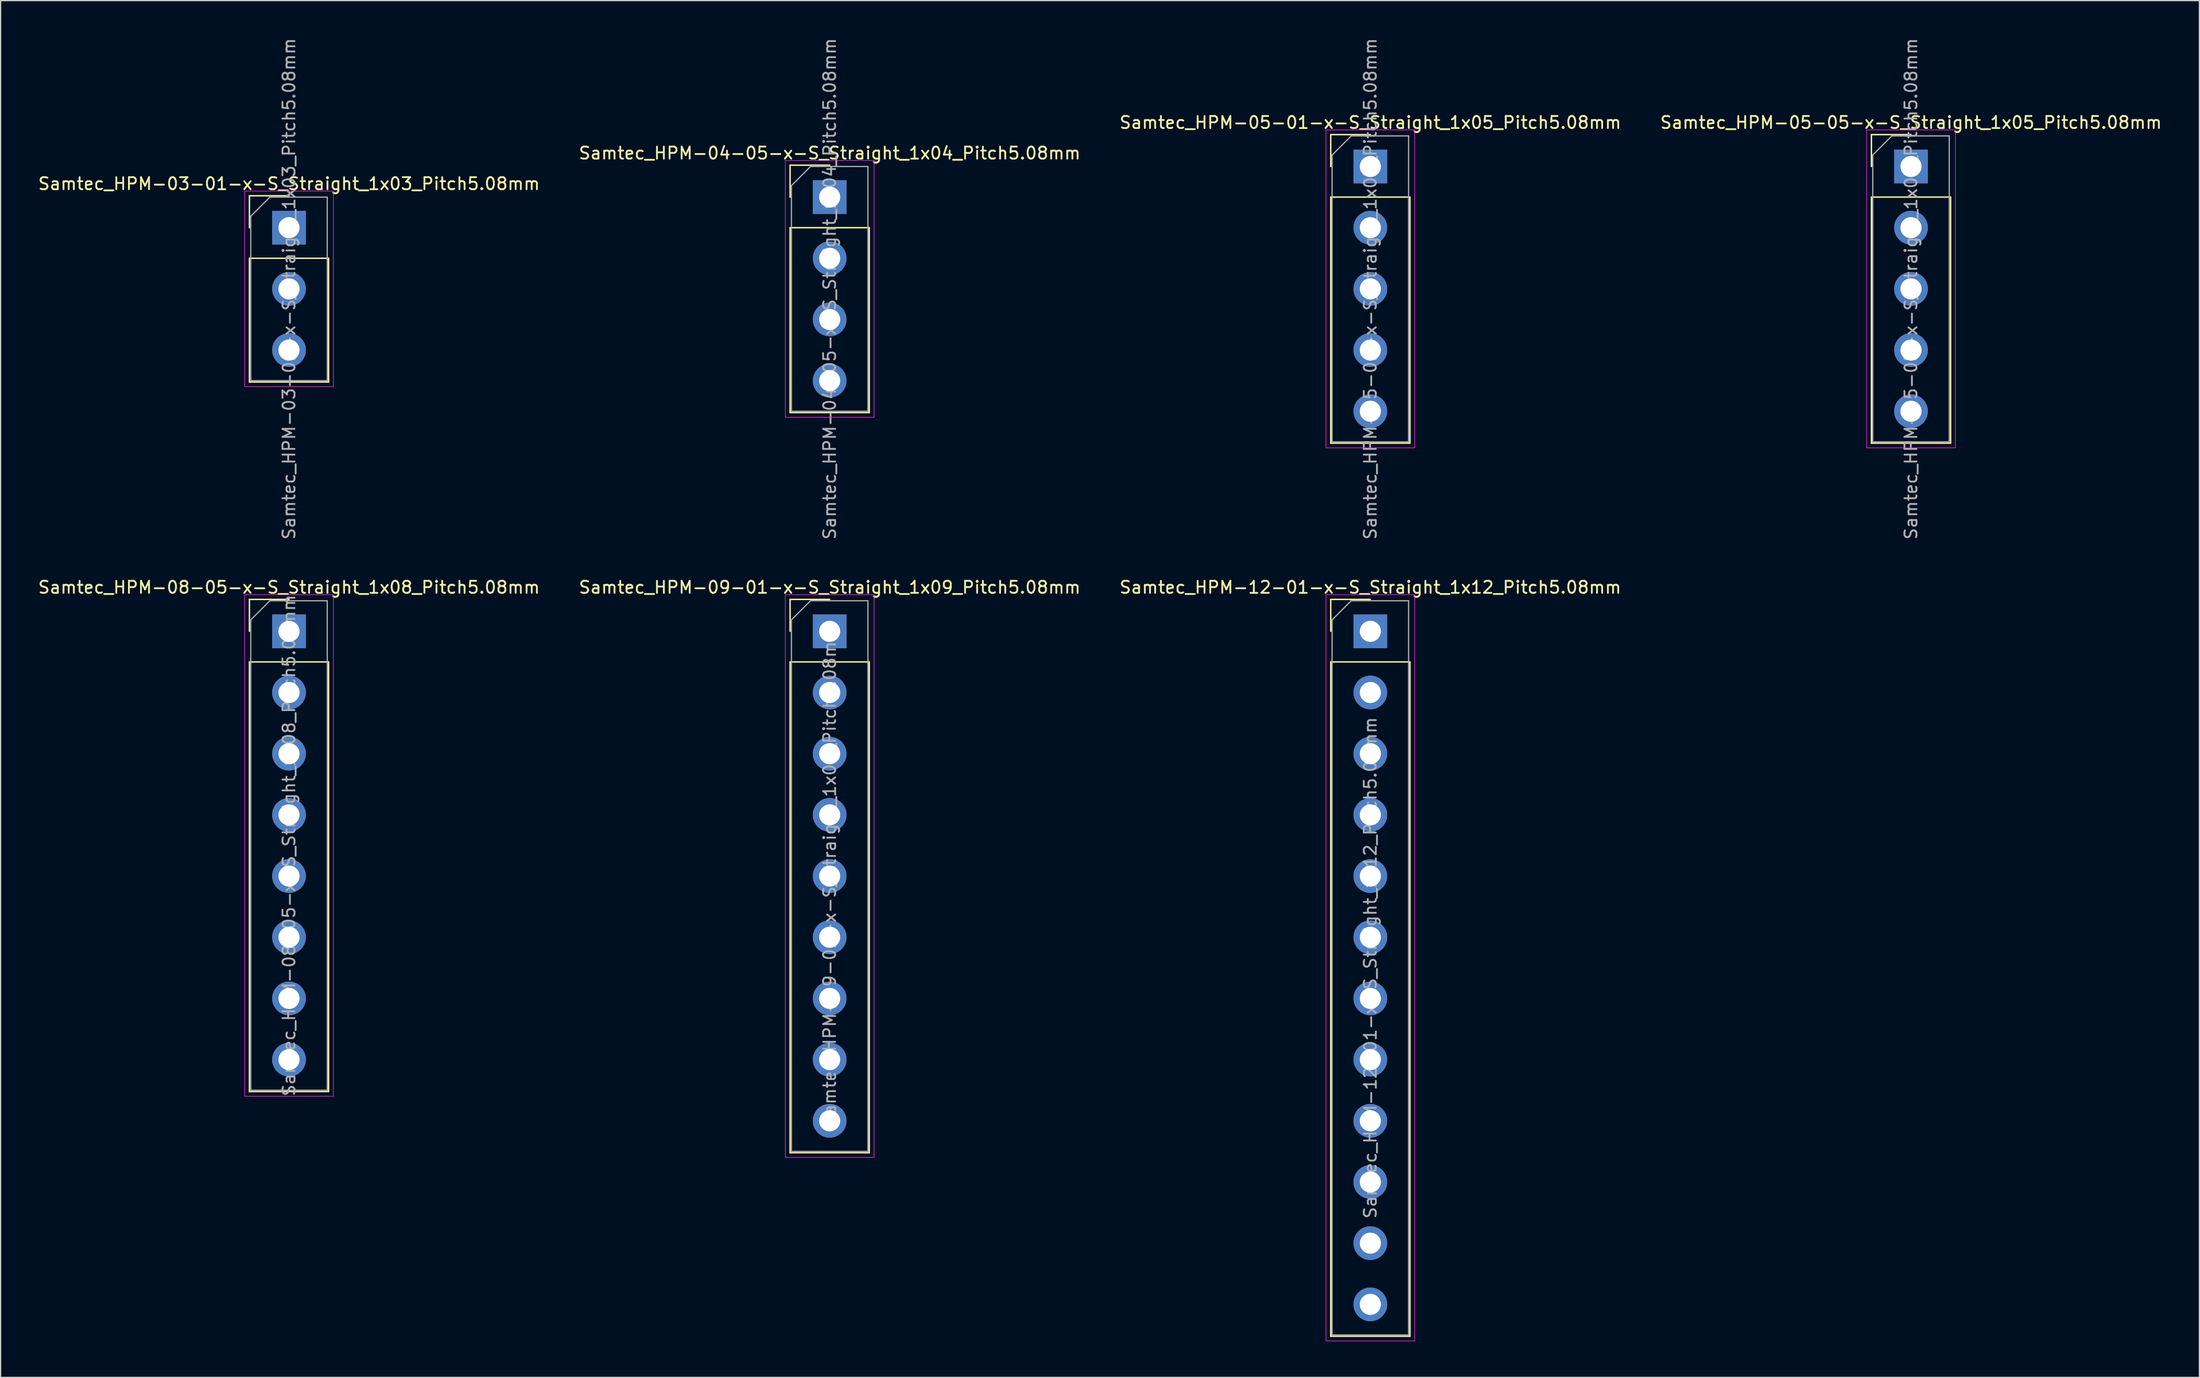
<source format=kicad_pcb>
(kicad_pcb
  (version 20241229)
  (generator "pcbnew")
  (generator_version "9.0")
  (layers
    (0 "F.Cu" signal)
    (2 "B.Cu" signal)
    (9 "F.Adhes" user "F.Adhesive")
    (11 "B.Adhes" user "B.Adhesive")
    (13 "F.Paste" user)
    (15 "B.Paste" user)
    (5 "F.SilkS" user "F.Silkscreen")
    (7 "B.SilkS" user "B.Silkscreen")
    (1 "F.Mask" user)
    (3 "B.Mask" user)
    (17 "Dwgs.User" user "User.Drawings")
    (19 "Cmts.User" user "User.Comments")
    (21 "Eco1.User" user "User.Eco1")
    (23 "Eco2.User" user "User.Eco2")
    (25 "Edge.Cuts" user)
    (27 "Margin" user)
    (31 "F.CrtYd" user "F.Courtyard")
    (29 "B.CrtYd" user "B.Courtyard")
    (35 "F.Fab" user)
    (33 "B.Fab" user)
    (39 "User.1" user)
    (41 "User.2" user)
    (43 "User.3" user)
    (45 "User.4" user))
  (footprint "Samtec_HPM-08-05-x-S_Straight_1x08_Pitch5.08mm"
    (layer "F.Cu")
    (at 20.935 49.367)
    (property "Reference" "Samtec_HPM-08-05-x-S_Straight_1x08_Pitch5.08mm" (at 0 -3.65 0) (layer "F.SilkS") (effects (font (size 1 1) (thickness 0.15))))
    (attr through_hole)
    (fp_line (start -3.285 -2.65) (end 0 -2.65) (stroke (width 0.12) (type solid)) (layer "F.SilkS"))
    (fp_line (start -3.285 0) (end -3.285 -2.65) (stroke (width 0.12) (type solid)) (layer "F.SilkS"))
    (fp_line (start -3.285 2.54) (end -3.285 38.21) (stroke (width 0.12) (type solid)) (layer "F.SilkS"))
    (fp_line (start -3.285 2.54) (end 3.285 2.54) (stroke (width 0.12) (type solid)) (layer "F.SilkS"))
    (fp_line (start -3.285 38.21) (end 3.285 38.21) (stroke (width 0.12) (type solid)) (layer "F.SilkS"))
    (fp_line (start 3.285 2.54) (end 3.285 38.21) (stroke (width 0.12) (type solid)) (layer "F.SilkS"))
    (fp_line (start -3.68 -3.04) (end -3.68 38.6) (stroke (width 0.05) (type solid)) (layer "F.CrtYd"))
    (fp_line (start -3.68 38.6) (end 3.68 38.6) (stroke (width 0.05) (type solid)) (layer "F.CrtYd"))
    (fp_line (start 3.68 -3.04) (end -3.68 -3.04) (stroke (width 0.05) (type solid)) (layer "F.CrtYd"))
    (fp_line (start 3.68 38.6) (end 3.68 -3.04) (stroke (width 0.05) (type solid)) (layer "F.CrtYd"))
    (fp_line (start -3.175 -0.953) (end -1.587 -2.54) (stroke (width 0.1) (type solid)) (layer "F.Fab"))
    (fp_line (start -3.175 38.1) (end -3.175 -0.953) (stroke (width 0.1) (type solid)) (layer "F.Fab"))
    (fp_line (start -1.587 -2.54) (end 3.175 -2.54) (stroke (width 0.1) (type solid)) (layer "F.Fab"))
    (fp_line (start 3.175 -2.54) (end 3.175 38.1) (stroke (width 0.1) (type solid)) (layer "F.Fab"))
    (fp_line (start 3.175 38.1) (end -3.175 38.1) (stroke (width 0.1) (type solid)) (layer "F.Fab"))
    (fp_text user "${REFERENCE}" (at 0 17.78 90) (layer "F.Fab") (effects (font (size 1 1) (thickness 0.15))))
    (pad "1" thru_hole rect (at 0 0) (size 2.8 2.8) (drill 1.75) (layers "*.Cu" "*.Mask"))
    (pad "2" thru_hole circle (at 0 5.08) (size 2.8 2.8) (drill 1.75) (layers "*.Cu" "*.Mask"))
    (pad "3" thru_hole circle (at 0 10.16) (size 2.8 2.8) (drill 1.75) (layers "*.Cu" "*.Mask"))
    (pad "4" thru_hole circle (at 0 15.24) (size 2.8 2.8) (drill 1.75) (layers "*.Cu" "*.Mask"))
    (pad "5" thru_hole circle (at 0 20.32) (size 2.8 2.8) (drill 1.75) (layers "*.Cu" "*.Mask"))
    (pad "6" thru_hole circle (at 0 25.4) (size 2.8 2.8) (drill 1.75) (layers "*.Cu" "*.Mask"))
    (pad "7" thru_hole circle (at 0 30.48) (size 2.8 2.8) (drill 1.75) (layers "*.Cu" "*.Mask"))
    (pad "8" thru_hole circle (at 0 35.56) (size 2.8 2.8) (drill 1.75) (layers "*.Cu" "*.Mask")))
  (footprint "Samtec_HPM-05-01-x-S_Straight_1x05_Pitch5.08mm"
    (layer "F.Cu")
    (at 110.673 10.775)
    (property "Reference" "Samtec_HPM-05-01-x-S_Straight_1x05_Pitch5.08mm" (at 0 -3.65 0) (layer "F.SilkS") (effects (font (size 1 1) (thickness 0.15))))
    (attr through_hole)
    (fp_line (start -3.285 -2.65) (end 0 -2.65) (stroke (width 0.12) (type solid)) (layer "F.SilkS"))
    (fp_line (start -3.285 0) (end -3.285 -2.65) (stroke (width 0.12) (type solid)) (layer "F.SilkS"))
    (fp_line (start -3.285 2.54) (end -3.285 22.97) (stroke (width 0.12) (type solid)) (layer "F.SilkS"))
    (fp_line (start -3.285 2.54) (end 3.285 2.54) (stroke (width 0.12) (type solid)) (layer "F.SilkS"))
    (fp_line (start -3.285 22.97) (end 3.285 22.97) (stroke (width 0.12) (type solid)) (layer "F.SilkS"))
    (fp_line (start 3.285 2.54) (end 3.285 22.97) (stroke (width 0.12) (type solid)) (layer "F.SilkS"))
    (fp_line (start -3.68 -3.04) (end -3.68 23.36) (stroke (width 0.05) (type solid)) (layer "F.CrtYd"))
    (fp_line (start -3.68 23.36) (end 3.68 23.36) (stroke (width 0.05) (type solid)) (layer "F.CrtYd"))
    (fp_line (start 3.68 -3.04) (end -3.68 -3.04) (stroke (width 0.05) (type solid)) (layer "F.CrtYd"))
    (fp_line (start 3.68 23.36) (end 3.68 -3.04) (stroke (width 0.05) (type solid)) (layer "F.CrtYd"))
    (fp_line (start -3.175 -0.953) (end -1.587 -2.54) (stroke (width 0.1) (type solid)) (layer "F.Fab"))
    (fp_line (start -3.175 22.86) (end -3.175 -0.953) (stroke (width 0.1) (type solid)) (layer "F.Fab"))
    (fp_line (start -1.587 -2.54) (end 3.175 -2.54) (stroke (width 0.1) (type solid)) (layer "F.Fab"))
    (fp_line (start 3.175 -2.54) (end 3.175 22.86) (stroke (width 0.1) (type solid)) (layer "F.Fab"))
    (fp_line (start 3.175 22.86) (end -3.175 22.86) (stroke (width 0.1) (type solid)) (layer "F.Fab"))
    (fp_text user "${REFERENCE}" (at 0 10.16 90) (layer "F.Fab") (effects (font (size 1 1) (thickness 0.15))))
    (pad "1" thru_hole rect (at 0 0) (size 2.8 2.8) (drill 1.75) (layers "*.Cu" "*.Mask"))
    (pad "2" thru_hole circle (at 0 5.08) (size 2.8 2.8) (drill 1.75) (layers "*.Cu" "*.Mask"))
    (pad "3" thru_hole circle (at 0 10.16) (size 2.8 2.8) (drill 1.75) (layers "*.Cu" "*.Mask"))
    (pad "4" thru_hole circle (at 0 15.24) (size 2.8 2.8) (drill 1.75) (layers "*.Cu" "*.Mask"))
    (pad "5" thru_hole circle (at 0 20.32) (size 2.8 2.8) (drill 1.75) (layers "*.Cu" "*.Mask")))
  (footprint "Samtec_HPM-04-05-x-S_Straight_1x04_Pitch5.08mm"
    (layer "F.Cu")
    (at 65.804 13.315)
    (property "Reference" "Samtec_HPM-04-05-x-S_Straight_1x04_Pitch5.08mm" (at 0 -3.65 0) (layer "F.SilkS") (effects (font (size 1 1) (thickness 0.15))))
    (attr through_hole)
    (fp_line (start -3.285 -2.65) (end 0 -2.65) (stroke (width 0.12) (type solid)) (layer "F.SilkS"))
    (fp_line (start -3.285 0) (end -3.285 -2.65) (stroke (width 0.12) (type solid)) (layer "F.SilkS"))
    (fp_line (start -3.285 2.54) (end -3.285 17.89) (stroke (width 0.12) (type solid)) (layer "F.SilkS"))
    (fp_line (start -3.285 2.54) (end 3.285 2.54) (stroke (width 0.12) (type solid)) (layer "F.SilkS"))
    (fp_line (start -3.285 17.89) (end 3.285 17.89) (stroke (width 0.12) (type solid)) (layer "F.SilkS"))
    (fp_line (start 3.285 2.54) (end 3.285 17.89) (stroke (width 0.12) (type solid)) (layer "F.SilkS"))
    (fp_line (start -3.68 -3.04) (end -3.68 18.28) (stroke (width 0.05) (type solid)) (layer "F.CrtYd"))
    (fp_line (start -3.68 18.28) (end 3.68 18.28) (stroke (width 0.05) (type solid)) (layer "F.CrtYd"))
    (fp_line (start 3.68 -3.04) (end -3.68 -3.04) (stroke (width 0.05) (type solid)) (layer "F.CrtYd"))
    (fp_line (start 3.68 18.28) (end 3.68 -3.04) (stroke (width 0.05) (type solid)) (layer "F.CrtYd"))
    (fp_line (start -3.175 -0.953) (end -1.587 -2.54) (stroke (width 0.1) (type solid)) (layer "F.Fab"))
    (fp_line (start -3.175 17.78) (end -3.175 -0.953) (stroke (width 0.1) (type solid)) (layer "F.Fab"))
    (fp_line (start -1.587 -2.54) (end 3.175 -2.54) (stroke (width 0.1) (type solid)) (layer "F.Fab"))
    (fp_line (start 3.175 -2.54) (end 3.175 17.78) (stroke (width 0.1) (type solid)) (layer "F.Fab"))
    (fp_line (start 3.175 17.78) (end -3.175 17.78) (stroke (width 0.1) (type solid)) (layer "F.Fab"))
    (fp_text user "${REFERENCE}" (at 0 7.62 90) (layer "F.Fab") (effects (font (size 1 1) (thickness 0.15))))
    (pad "1" thru_hole rect (at 0 0) (size 2.8 2.8) (drill 1.75) (layers "*.Cu" "*.Mask"))
    (pad "2" thru_hole circle (at 0 5.08) (size 2.8 2.8) (drill 1.75) (layers "*.Cu" "*.Mask"))
    (pad "3" thru_hole circle (at 0 10.16) (size 2.8 2.8) (drill 1.75) (layers "*.Cu" "*.Mask"))
    (pad "4" thru_hole circle (at 0 15.24) (size 2.8 2.8) (drill 1.75) (layers "*.Cu" "*.Mask")))
  (footprint "Samtec_HPM-12-01-x-S_Straight_1x12_Pitch5.08mm"
    (layer "F.Cu")
    (at 110.673 49.367)
    (property "Reference" "Samtec_HPM-12-01-x-S_Straight_1x12_Pitch5.08mm" (at 0 -3.65 0) (layer "F.SilkS") (effects (font (size 1 1) (thickness 0.15))))
    (attr through_hole)
    (fp_line (start -3.285 -2.65) (end 0 -2.65) (stroke (width 0.12) (type solid)) (layer "F.SilkS"))
    (fp_line (start -3.285 0) (end -3.285 -2.65) (stroke (width 0.12) (type solid)) (layer "F.SilkS"))
    (fp_line (start -3.285 2.54) (end -3.285 58.53) (stroke (width 0.12) (type solid)) (layer "F.SilkS"))
    (fp_line (start -3.285 2.54) (end 3.285 2.54) (stroke (width 0.12) (type solid)) (layer "F.SilkS"))
    (fp_line (start -3.285 58.53) (end 3.285 58.53) (stroke (width 0.12) (type solid)) (layer "F.SilkS"))
    (fp_line (start 3.285 2.54) (end 3.285 58.53) (stroke (width 0.12) (type solid)) (layer "F.SilkS"))
    (fp_line (start -3.68 -3.04) (end -3.68 58.92) (stroke (width 0.05) (type solid)) (layer "F.CrtYd"))
    (fp_line (start -3.68 58.92) (end 3.68 58.92) (stroke (width 0.05) (type solid)) (layer "F.CrtYd"))
    (fp_line (start 3.68 -3.04) (end -3.68 -3.04) (stroke (width 0.05) (type solid)) (layer "F.CrtYd"))
    (fp_line (start 3.68 58.92) (end 3.68 -3.04) (stroke (width 0.05) (type solid)) (layer "F.CrtYd"))
    (fp_line (start -3.175 -0.953) (end -1.587 -2.54) (stroke (width 0.1) (type solid)) (layer "F.Fab"))
    (fp_line (start -3.175 58.42) (end -3.175 -0.953) (stroke (width 0.1) (type solid)) (layer "F.Fab"))
    (fp_line (start -1.587 -2.54) (end 3.175 -2.54) (stroke (width 0.1) (type solid)) (layer "F.Fab"))
    (fp_line (start 3.175 -2.54) (end 3.175 58.42) (stroke (width 0.1) (type solid)) (layer "F.Fab"))
    (fp_line (start 3.175 58.42) (end -3.175 58.42) (stroke (width 0.1) (type solid)) (layer "F.Fab"))
    (fp_text user "${REFERENCE}" (at 0 27.94 90) (layer "F.Fab") (effects (font (size 1 1) (thickness 0.15))))
    (pad "1" thru_hole rect (at 0 0) (size 2.8 2.8) (drill 1.75) (layers "*.Cu" "*.Mask"))
    (pad "2" thru_hole circle (at 0 5.08) (size 2.8 2.8) (drill 1.75) (layers "*.Cu" "*.Mask"))
    (pad "3" thru_hole circle (at 0 10.16) (size 2.8 2.8) (drill 1.75) (layers "*.Cu" "*.Mask"))
    (pad "4" thru_hole circle (at 0 15.24) (size 2.8 2.8) (drill 1.75) (layers "*.Cu" "*.Mask"))
    (pad "5" thru_hole circle (at 0 20.32) (size 2.8 2.8) (drill 1.75) (layers "*.Cu" "*.Mask"))
    (pad "6" thru_hole circle (at 0 25.4) (size 2.8 2.8) (drill 1.75) (layers "*.Cu" "*.Mask"))
    (pad "7" thru_hole circle (at 0 30.48) (size 2.8 2.8) (drill 1.75) (layers "*.Cu" "*.Mask"))
    (pad "8" thru_hole circle (at 0 35.56) (size 2.8 2.8) (drill 1.75) (layers "*.Cu" "*.Mask"))
    (pad "9" thru_hole circle (at 0 40.64) (size 2.8 2.8) (drill 1.75) (layers "*.Cu" "*.Mask"))
    (pad "10" thru_hole circle (at 0 45.72) (size 2.8 2.8) (drill 1.75) (layers "*.Cu" "*.Mask"))
    (pad "11" thru_hole circle (at 0 50.8) (size 2.8 2.8) (drill 1.75) (layers "*.Cu" "*.Mask"))
    (pad "12" thru_hole circle (at 0 55.88) (size 2.8 2.8) (drill 1.75) (layers "*.Cu" "*.Mask")))
  (footprint "Samtec_HPM-09-01-x-S_Straight_1x09_Pitch5.08mm"
    (layer "F.Cu")
    (at 65.804 49.367)
    (property "Reference" "Samtec_HPM-09-01-x-S_Straight_1x09_Pitch5.08mm" (at 0 -3.65 0) (layer "F.SilkS") (effects (font (size 1 1) (thickness 0.15))))
    (attr through_hole)
    (fp_line (start -3.285 -2.65) (end 0 -2.65) (stroke (width 0.12) (type solid)) (layer "F.SilkS"))
    (fp_line (start -3.285 0) (end -3.285 -2.65) (stroke (width 0.12) (type solid)) (layer "F.SilkS"))
    (fp_line (start -3.285 2.54) (end -3.285 43.29) (stroke (width 0.12) (type solid)) (layer "F.SilkS"))
    (fp_line (start -3.285 2.54) (end 3.285 2.54) (stroke (width 0.12) (type solid)) (layer "F.SilkS"))
    (fp_line (start -3.285 43.29) (end 3.285 43.29) (stroke (width 0.12) (type solid)) (layer "F.SilkS"))
    (fp_line (start 3.285 2.54) (end 3.285 43.29) (stroke (width 0.12) (type solid)) (layer "F.SilkS"))
    (fp_line (start -3.68 -3.04) (end -3.68 43.68) (stroke (width 0.05) (type solid)) (layer "F.CrtYd"))
    (fp_line (start -3.68 43.68) (end 3.68 43.68) (stroke (width 0.05) (type solid)) (layer "F.CrtYd"))
    (fp_line (start 3.68 -3.04) (end -3.68 -3.04) (stroke (width 0.05) (type solid)) (layer "F.CrtYd"))
    (fp_line (start 3.68 43.68) (end 3.68 -3.04) (stroke (width 0.05) (type solid)) (layer "F.CrtYd"))
    (fp_line (start -3.175 -0.953) (end -1.587 -2.54) (stroke (width 0.1) (type solid)) (layer "F.Fab"))
    (fp_line (start -3.175 43.18) (end -3.175 -0.953) (stroke (width 0.1) (type solid)) (layer "F.Fab"))
    (fp_line (start -1.587 -2.54) (end 3.175 -2.54) (stroke (width 0.1) (type solid)) (layer "F.Fab"))
    (fp_line (start 3.175 -2.54) (end 3.175 43.18) (stroke (width 0.1) (type solid)) (layer "F.Fab"))
    (fp_line (start 3.175 43.18) (end -3.175 43.18) (stroke (width 0.1) (type solid)) (layer "F.Fab"))
    (fp_text user "${REFERENCE}" (at 0 20.32 90) (layer "F.Fab") (effects (font (size 1 1) (thickness 0.15))))
    (pad "1" thru_hole rect (at 0 0) (size 2.8 2.8) (drill 1.75) (layers "*.Cu" "*.Mask"))
    (pad "2" thru_hole circle (at 0 5.08) (size 2.8 2.8) (drill 1.75) (layers "*.Cu" "*.Mask"))
    (pad "3" thru_hole circle (at 0 10.16) (size 2.8 2.8) (drill 1.75) (layers "*.Cu" "*.Mask"))
    (pad "4" thru_hole circle (at 0 15.24) (size 2.8 2.8) (drill 1.75) (layers "*.Cu" "*.Mask"))
    (pad "5" thru_hole circle (at 0 20.32) (size 2.8 2.8) (drill 1.75) (layers "*.Cu" "*.Mask"))
    (pad "6" thru_hole circle (at 0 25.4) (size 2.8 2.8) (drill 1.75) (layers "*.Cu" "*.Mask"))
    (pad "7" thru_hole circle (at 0 30.48) (size 2.8 2.8) (drill 1.75) (layers "*.Cu" "*.Mask"))
    (pad "8" thru_hole circle (at 0 35.56) (size 2.8 2.8) (drill 1.75) (layers "*.Cu" "*.Mask"))
    (pad "9" thru_hole circle (at 0 40.64) (size 2.8 2.8) (drill 1.75) (layers "*.Cu" "*.Mask")))
  (footprint "Samtec_HPM-03-01-x-S_Straight_1x03_Pitch5.08mm"
    (layer "F.Cu")
    (at 20.935 15.855)
    (property "Reference" "Samtec_HPM-03-01-x-S_Straight_1x03_Pitch5.08mm" (at 0 -3.65 0) (layer "F.SilkS") (effects (font (size 1 1) (thickness 0.15))))
    (attr through_hole)
    (fp_line (start -3.285 -2.65) (end 0 -2.65) (stroke (width 0.12) (type solid)) (layer "F.SilkS"))
    (fp_line (start -3.285 0) (end -3.285 -2.65) (stroke (width 0.12) (type solid)) (layer "F.SilkS"))
    (fp_line (start -3.285 2.54) (end -3.285 12.81) (stroke (width 0.12) (type solid)) (layer "F.SilkS"))
    (fp_line (start -3.285 2.54) (end 3.285 2.54) (stroke (width 0.12) (type solid)) (layer "F.SilkS"))
    (fp_line (start -3.285 12.81) (end 3.285 12.81) (stroke (width 0.12) (type solid)) (layer "F.SilkS"))
    (fp_line (start 3.285 2.54) (end 3.285 12.81) (stroke (width 0.12) (type solid)) (layer "F.SilkS"))
    (fp_line (start -3.68 -3.04) (end -3.68 13.2) (stroke (width 0.05) (type solid)) (layer "F.CrtYd"))
    (fp_line (start -3.68 13.2) (end 3.68 13.2) (stroke (width 0.05) (type solid)) (layer "F.CrtYd"))
    (fp_line (start 3.68 -3.04) (end -3.68 -3.04) (stroke (width 0.05) (type solid)) (layer "F.CrtYd"))
    (fp_line (start 3.68 13.2) (end 3.68 -3.04) (stroke (width 0.05) (type solid)) (layer "F.CrtYd"))
    (fp_line (start -3.175 -0.953) (end -1.587 -2.54) (stroke (width 0.1) (type solid)) (layer "F.Fab"))
    (fp_line (start -3.175 12.7) (end -3.175 -0.953) (stroke (width 0.1) (type solid)) (layer "F.Fab"))
    (fp_line (start -1.587 -2.54) (end 3.175 -2.54) (stroke (width 0.1) (type solid)) (layer "F.Fab"))
    (fp_line (start 3.175 -2.54) (end 3.175 12.7) (stroke (width 0.1) (type solid)) (layer "F.Fab"))
    (fp_line (start 3.175 12.7) (end -3.175 12.7) (stroke (width 0.1) (type solid)) (layer "F.Fab"))
    (fp_text user "${REFERENCE}" (at 0 5.08 90) (layer "F.Fab") (effects (font (size 1 1) (thickness 0.15))))
    (pad "1" thru_hole rect (at 0 0) (size 2.8 2.8) (drill 1.75) (layers "*.Cu" "*.Mask"))
    (pad "2" thru_hole circle (at 0 5.08) (size 2.8 2.8) (drill 1.75) (layers "*.Cu" "*.Mask"))
    (pad "3" thru_hole circle (at 0 10.16) (size 2.8 2.8) (drill 1.75) (layers "*.Cu" "*.Mask")))
  (footprint "Samtec_HPM-05-05-x-S_Straight_1x05_Pitch5.08mm"
    (layer "F.Cu")
    (at 155.542 10.775)
    (property "Reference" "Samtec_HPM-05-05-x-S_Straight_1x05_Pitch5.08mm" (at 0 -3.65 0) (layer "F.SilkS") (effects (font (size 1 1) (thickness 0.15))))
    (attr through_hole)
    (fp_line (start -3.285 -2.65) (end 0 -2.65) (stroke (width 0.12) (type solid)) (layer "F.SilkS"))
    (fp_line (start -3.285 0) (end -3.285 -2.65) (stroke (width 0.12) (type solid)) (layer "F.SilkS"))
    (fp_line (start -3.285 2.54) (end -3.285 22.97) (stroke (width 0.12) (type solid)) (layer "F.SilkS"))
    (fp_line (start -3.285 2.54) (end 3.285 2.54) (stroke (width 0.12) (type solid)) (layer "F.SilkS"))
    (fp_line (start -3.285 22.97) (end 3.285 22.97) (stroke (width 0.12) (type solid)) (layer "F.SilkS"))
    (fp_line (start 3.285 2.54) (end 3.285 22.97) (stroke (width 0.12) (type solid)) (layer "F.SilkS"))
    (fp_line (start -3.68 -3.04) (end -3.68 23.36) (stroke (width 0.05) (type solid)) (layer "F.CrtYd"))
    (fp_line (start -3.68 23.36) (end 3.68 23.36) (stroke (width 0.05) (type solid)) (layer "F.CrtYd"))
    (fp_line (start 3.68 -3.04) (end -3.68 -3.04) (stroke (width 0.05) (type solid)) (layer "F.CrtYd"))
    (fp_line (start 3.68 23.36) (end 3.68 -3.04) (stroke (width 0.05) (type solid)) (layer "F.CrtYd"))
    (fp_line (start -3.175 -0.953) (end -1.587 -2.54) (stroke (width 0.1) (type solid)) (layer "F.Fab"))
    (fp_line (start -3.175 22.86) (end -3.175 -0.953) (stroke (width 0.1) (type solid)) (layer "F.Fab"))
    (fp_line (start -1.587 -2.54) (end 3.175 -2.54) (stroke (width 0.1) (type solid)) (layer "F.Fab"))
    (fp_line (start 3.175 -2.54) (end 3.175 22.86) (stroke (width 0.1) (type solid)) (layer "F.Fab"))
    (fp_line (start 3.175 22.86) (end -3.175 22.86) (stroke (width 0.1) (type solid)) (layer "F.Fab"))
    (fp_text user "${REFERENCE}" (at 0 10.16 90) (layer "F.Fab") (effects (font (size 1 1) (thickness 0.15))))
    (pad "1" thru_hole rect (at 0 0) (size 2.8 2.8) (drill 1.75) (layers "*.Cu" "*.Mask"))
    (pad "2" thru_hole circle (at 0 5.08) (size 2.8 2.8) (drill 1.75) (layers "*.Cu" "*.Mask"))
    (pad "3" thru_hole circle (at 0 10.16) (size 2.8 2.8) (drill 1.75) (layers "*.Cu" "*.Mask"))
    (pad "4" thru_hole circle (at 0 15.24) (size 2.8 2.8) (drill 1.75) (layers "*.Cu" "*.Mask"))
    (pad "5" thru_hole circle (at 0 20.32) (size 2.8 2.8) (drill 1.75) (layers "*.Cu" "*.Mask")))
  (gr_rect
    (start -3 -3)
    (end 179.476 111.312)
    (stroke (width 0.1) (type default))
    (fill no)
    (layer "Edge.Cuts")))
</source>
